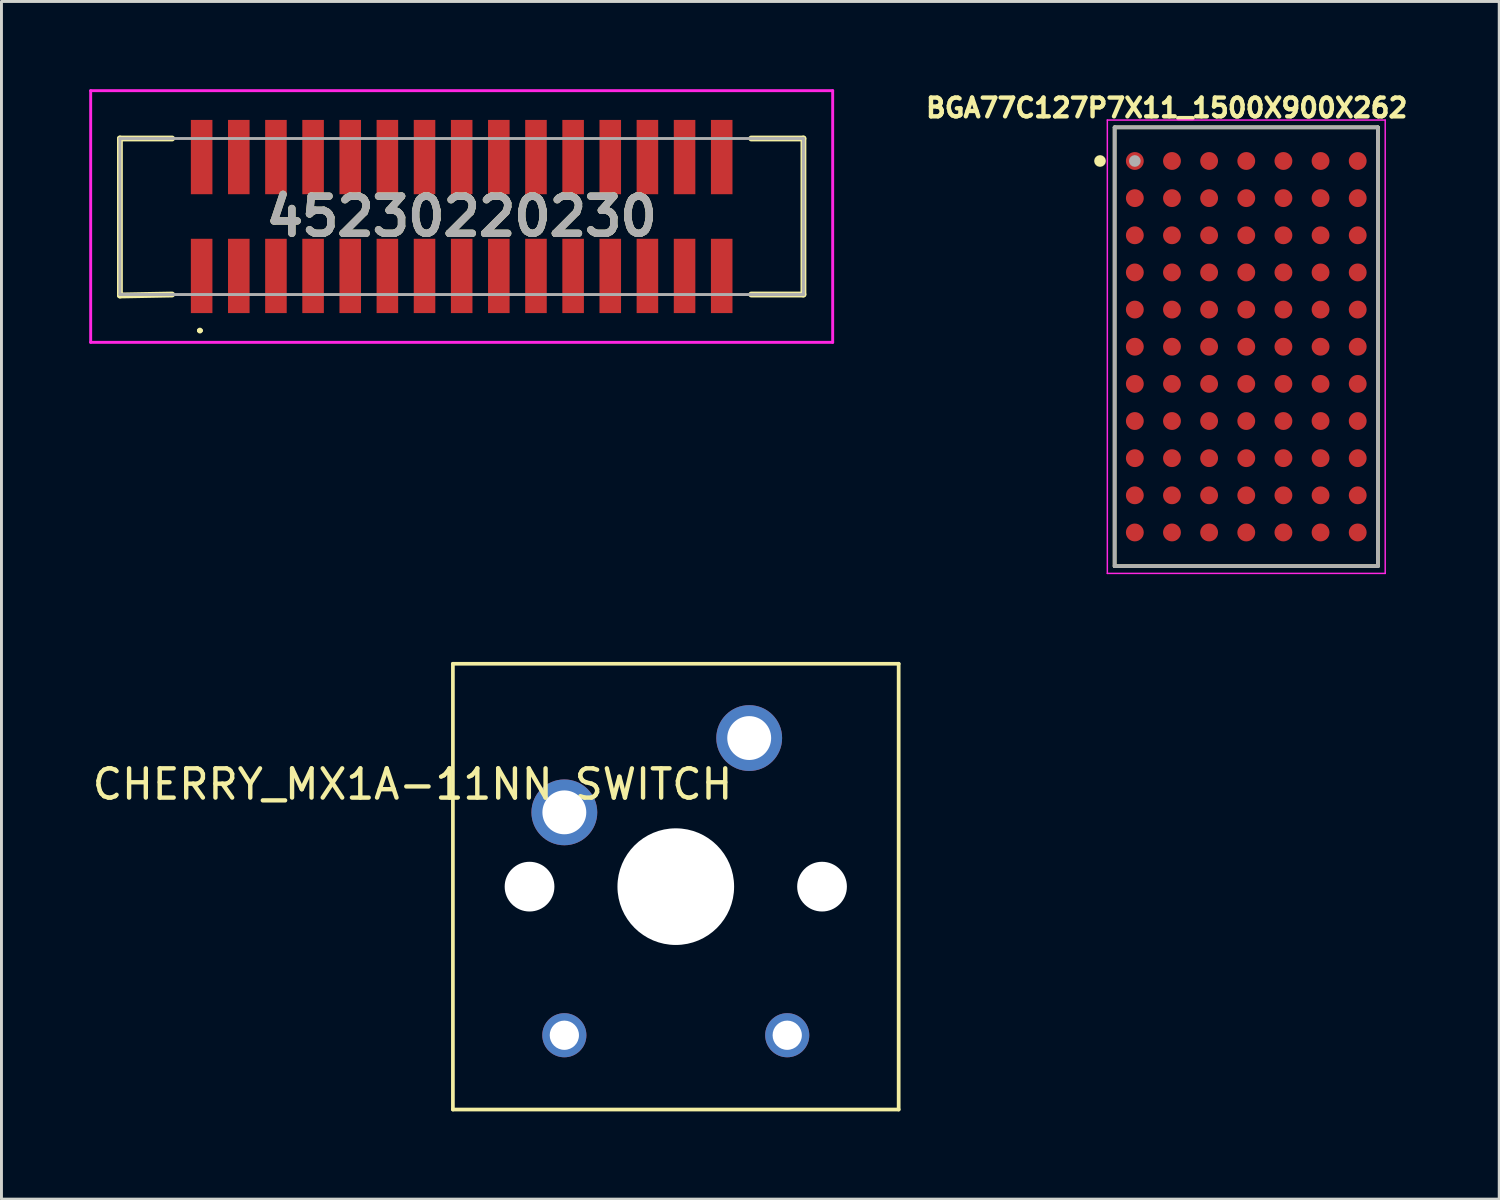
<source format=kicad_pcb>
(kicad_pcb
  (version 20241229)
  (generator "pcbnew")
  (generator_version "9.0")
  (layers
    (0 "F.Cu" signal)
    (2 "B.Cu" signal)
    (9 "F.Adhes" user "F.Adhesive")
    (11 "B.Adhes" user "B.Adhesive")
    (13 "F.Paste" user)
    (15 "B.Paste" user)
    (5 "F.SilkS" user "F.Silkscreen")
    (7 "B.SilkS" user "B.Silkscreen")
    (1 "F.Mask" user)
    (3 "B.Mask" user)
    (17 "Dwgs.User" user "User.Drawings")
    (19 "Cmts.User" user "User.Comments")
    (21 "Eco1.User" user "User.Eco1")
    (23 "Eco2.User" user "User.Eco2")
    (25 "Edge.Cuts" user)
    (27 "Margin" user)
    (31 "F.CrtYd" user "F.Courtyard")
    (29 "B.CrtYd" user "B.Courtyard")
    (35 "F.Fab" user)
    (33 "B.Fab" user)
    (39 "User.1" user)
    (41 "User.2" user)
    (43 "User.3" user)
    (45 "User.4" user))
  (footprint "BGA77C127P7X11_1500X900X262"
    (layer "F.Cu")
    (at 39.558 8.804)
    (property "Reference" "BGA77C127P7X11_1500X900X262" (at -2.721 -8.166 0) (layer "F.SilkS") (effects (font (size 0.641 0.641) (thickness 0.15))))
    (attr smd)
    (fp_line (start -4.5 -7.5) (end -4.5 7.5) (stroke (width 0.127) (type solid)) (layer "F.SilkS"))
    (fp_line (start -4.5 7.5) (end 4.5 7.5) (stroke (width 0.127) (type solid)) (layer "F.SilkS"))
    (fp_line (start 4.5 -7.5) (end -4.5 -7.5) (stroke (width 0.127) (type solid)) (layer "F.SilkS"))
    (fp_line (start 4.5 7.5) (end 4.5 -7.5) (stroke (width 0.127) (type solid)) (layer "F.SilkS"))
    (fp_circle (center -5 -6.35) (end -4.9 -6.35) (stroke (width 0.2) (type solid)) (fill no) (layer "F.SilkS"))
    (fp_line (start -4.75 -7.75) (end 4.75 -7.75) (stroke (width 0.05) (type solid)) (layer "F.CrtYd"))
    (fp_line (start -4.75 7.75) (end -4.75 -7.75) (stroke (width 0.05) (type solid)) (layer "F.CrtYd"))
    (fp_line (start 4.75 -7.75) (end 4.75 7.75) (stroke (width 0.05) (type solid)) (layer "F.CrtYd"))
    (fp_line (start 4.75 7.75) (end -4.75 7.75) (stroke (width 0.05) (type solid)) (layer "F.CrtYd"))
    (fp_line (start -4.5 -7.5) (end 4.5 -7.5) (stroke (width 0.127) (type solid)) (layer "F.Fab"))
    (fp_line (start -4.5 7.5) (end -4.5 -7.5) (stroke (width 0.127) (type solid)) (layer "F.Fab"))
    (fp_line (start 4.5 -7.5) (end 4.5 7.5) (stroke (width 0.127) (type solid)) (layer "F.Fab"))
    (fp_line (start 4.5 7.5) (end -4.5 7.5) (stroke (width 0.127) (type solid)) (layer "F.Fab"))
    (fp_circle (center -3.81 -6.35) (end -3.71 -6.35) (stroke (width 0.2) (type solid)) (fill no) (layer "F.Fab"))
    (pad "A1" smd circle (at -3.81 -6.35) (size 0.61 0.61) (layers "F.Cu" "F.Mask" "F.Paste"))
    (pad "A2" smd circle (at -2.54 -6.35) (size 0.61 0.61) (layers "F.Cu" "F.Mask" "F.Paste"))
    (pad "A3" smd circle (at -1.27 -6.35) (size 0.61 0.61) (layers "F.Cu" "F.Mask" "F.Paste"))
    (pad "A4" smd circle (at 0 -6.35) (size 0.61 0.61) (layers "F.Cu" "F.Mask" "F.Paste"))
    (pad "A5" smd circle (at 1.27 -6.35) (size 0.61 0.61) (layers "F.Cu" "F.Mask" "F.Paste"))
    (pad "A6" smd circle (at 2.54 -6.35) (size 0.61 0.61) (layers "F.Cu" "F.Mask" "F.Paste"))
    (pad "A7" smd circle (at 3.81 -6.35) (size 0.61 0.61) (layers "F.Cu" "F.Mask" "F.Paste"))
    (pad "B1" smd circle (at -3.81 -5.08) (size 0.61 0.61) (layers "F.Cu" "F.Mask" "F.Paste"))
    (pad "B2" smd circle (at -2.54 -5.08) (size 0.61 0.61) (layers "F.Cu" "F.Mask" "F.Paste"))
    (pad "B3" smd circle (at -1.27 -5.08) (size 0.61 0.61) (layers "F.Cu" "F.Mask" "F.Paste"))
    (pad "B4" smd circle (at 0 -5.08) (size 0.61 0.61) (layers "F.Cu" "F.Mask" "F.Paste"))
    (pad "B5" smd circle (at 1.27 -5.08) (size 0.61 0.61) (layers "F.Cu" "F.Mask" "F.Paste"))
    (pad "B6" smd circle (at 2.54 -5.08) (size 0.61 0.61) (layers "F.Cu" "F.Mask" "F.Paste"))
    (pad "B7" smd circle (at 3.81 -5.08) (size 0.61 0.61) (layers "F.Cu" "F.Mask" "F.Paste"))
    (pad "C1" smd circle (at -3.81 -3.81) (size 0.61 0.61) (layers "F.Cu" "F.Mask" "F.Paste"))
    (pad "C2" smd circle (at -2.54 -3.81) (size 0.61 0.61) (layers "F.Cu" "F.Mask" "F.Paste"))
    (pad "C3" smd circle (at -1.27 -3.81) (size 0.61 0.61) (layers "F.Cu" "F.Mask" "F.Paste"))
    (pad "C4" smd circle (at 0 -3.81) (size 0.61 0.61) (layers "F.Cu" "F.Mask" "F.Paste"))
    (pad "C5" smd circle (at 1.27 -3.81) (size 0.61 0.61) (layers "F.Cu" "F.Mask" "F.Paste"))
    (pad "C6" smd circle (at 2.54 -3.81) (size 0.61 0.61) (layers "F.Cu" "F.Mask" "F.Paste"))
    (pad "C7" smd circle (at 3.81 -3.81) (size 0.61 0.61) (layers "F.Cu" "F.Mask" "F.Paste"))
    (pad "D1" smd circle (at -3.81 -2.54) (size 0.61 0.61) (layers "F.Cu" "F.Mask" "F.Paste"))
    (pad "D2" smd circle (at -2.54 -2.54) (size 0.61 0.61) (layers "F.Cu" "F.Mask" "F.Paste"))
    (pad "D3" smd circle (at -1.27 -2.54) (size 0.61 0.61) (layers "F.Cu" "F.Mask" "F.Paste"))
    (pad "D4" smd circle (at 0 -2.54) (size 0.61 0.61) (layers "F.Cu" "F.Mask" "F.Paste"))
    (pad "D5" smd circle (at 1.27 -2.54) (size 0.61 0.61) (layers "F.Cu" "F.Mask" "F.Paste"))
    (pad "D6" smd circle (at 2.54 -2.54) (size 0.61 0.61) (layers "F.Cu" "F.Mask" "F.Paste"))
    (pad "D7" smd circle (at 3.81 -2.54) (size 0.61 0.61) (layers "F.Cu" "F.Mask" "F.Paste"))
    (pad "E1" smd circle (at -3.81 -1.27) (size 0.61 0.61) (layers "F.Cu" "F.Mask" "F.Paste"))
    (pad "E2" smd circle (at -2.54 -1.27) (size 0.61 0.61) (layers "F.Cu" "F.Mask" "F.Paste"))
    (pad "E3" smd circle (at -1.27 -1.27) (size 0.61 0.61) (layers "F.Cu" "F.Mask" "F.Paste"))
    (pad "E4" smd circle (at 0 -1.27) (size 0.61 0.61) (layers "F.Cu" "F.Mask" "F.Paste"))
    (pad "E5" smd circle (at 1.27 -1.27) (size 0.61 0.61) (layers "F.Cu" "F.Mask" "F.Paste"))
    (pad "E6" smd circle (at 2.54 -1.27) (size 0.61 0.61) (layers "F.Cu" "F.Mask" "F.Paste"))
    (pad "E7" smd circle (at 3.81 -1.27) (size 0.61 0.61) (layers "F.Cu" "F.Mask" "F.Paste"))
    (pad "F1" smd circle (at -3.81 0) (size 0.61 0.61) (layers "F.Cu" "F.Mask" "F.Paste"))
    (pad "F2" smd circle (at -2.54 0) (size 0.61 0.61) (layers "F.Cu" "F.Mask" "F.Paste"))
    (pad "F3" smd circle (at -1.27 0) (size 0.61 0.61) (layers "F.Cu" "F.Mask" "F.Paste"))
    (pad "F4" smd circle (at 0 0) (size 0.61 0.61) (layers "F.Cu" "F.Mask" "F.Paste"))
    (pad "F5" smd circle (at 1.27 0) (size 0.61 0.61) (layers "F.Cu" "F.Mask" "F.Paste"))
    (pad "F6" smd circle (at 2.54 0) (size 0.61 0.61) (layers "F.Cu" "F.Mask" "F.Paste"))
    (pad "F7" smd circle (at 3.81 0) (size 0.61 0.61) (layers "F.Cu" "F.Mask" "F.Paste"))
    (pad "G1" smd circle (at -3.81 1.27) (size 0.61 0.61) (layers "F.Cu" "F.Mask" "F.Paste"))
    (pad "G2" smd circle (at -2.54 1.27) (size 0.61 0.61) (layers "F.Cu" "F.Mask" "F.Paste"))
    (pad "G3" smd circle (at -1.27 1.27) (size 0.61 0.61) (layers "F.Cu" "F.Mask" "F.Paste"))
    (pad "G4" smd circle (at 0 1.27) (size 0.61 0.61) (layers "F.Cu" "F.Mask" "F.Paste"))
    (pad "G5" smd circle (at 1.27 1.27) (size 0.61 0.61) (layers "F.Cu" "F.Mask" "F.Paste"))
    (pad "G6" smd circle (at 2.54 1.27) (size 0.61 0.61) (layers "F.Cu" "F.Mask" "F.Paste"))
    (pad "G7" smd circle (at 3.81 1.27) (size 0.61 0.61) (layers "F.Cu" "F.Mask" "F.Paste"))
    (pad "H1" smd circle (at -3.81 2.54) (size 0.61 0.61) (layers "F.Cu" "F.Mask" "F.Paste"))
    (pad "H2" smd circle (at -2.54 2.54) (size 0.61 0.61) (layers "F.Cu" "F.Mask" "F.Paste"))
    (pad "H3" smd circle (at -1.27 2.54) (size 0.61 0.61) (layers "F.Cu" "F.Mask" "F.Paste"))
    (pad "H4" smd circle (at 0 2.54) (size 0.61 0.61) (layers "F.Cu" "F.Mask" "F.Paste"))
    (pad "H5" smd circle (at 1.27 2.54) (size 0.61 0.61) (layers "F.Cu" "F.Mask" "F.Paste"))
    (pad "H6" smd circle (at 2.54 2.54) (size 0.61 0.61) (layers "F.Cu" "F.Mask" "F.Paste"))
    (pad "H7" smd circle (at 3.81 2.54) (size 0.61 0.61) (layers "F.Cu" "F.Mask" "F.Paste"))
    (pad "J1" smd circle (at -3.81 3.81) (size 0.61 0.61) (layers "F.Cu" "F.Mask" "F.Paste"))
    (pad "J2" smd circle (at -2.54 3.81) (size 0.61 0.61) (layers "F.Cu" "F.Mask" "F.Paste"))
    (pad "J3" smd circle (at -1.27 3.81) (size 0.61 0.61) (layers "F.Cu" "F.Mask" "F.Paste"))
    (pad "J4" smd circle (at 0 3.81) (size 0.61 0.61) (layers "F.Cu" "F.Mask" "F.Paste"))
    (pad "J5" smd circle (at 1.27 3.81) (size 0.61 0.61) (layers "F.Cu" "F.Mask" "F.Paste"))
    (pad "J6" smd circle (at 2.54 3.81) (size 0.61 0.61) (layers "F.Cu" "F.Mask" "F.Paste"))
    (pad "J7" smd circle (at 3.81 3.81) (size 0.61 0.61) (layers "F.Cu" "F.Mask" "F.Paste"))
    (pad "K1" smd circle (at -3.81 5.08) (size 0.61 0.61) (layers "F.Cu" "F.Mask" "F.Paste"))
    (pad "K2" smd circle (at -2.54 5.08) (size 0.61 0.61) (layers "F.Cu" "F.Mask" "F.Paste"))
    (pad "K3" smd circle (at -1.27 5.08) (size 0.61 0.61) (layers "F.Cu" "F.Mask" "F.Paste"))
    (pad "K4" smd circle (at 0 5.08) (size 0.61 0.61) (layers "F.Cu" "F.Mask" "F.Paste"))
    (pad "K5" smd circle (at 1.27 5.08) (size 0.61 0.61) (layers "F.Cu" "F.Mask" "F.Paste"))
    (pad "K6" smd circle (at 2.54 5.08) (size 0.61 0.61) (layers "F.Cu" "F.Mask" "F.Paste"))
    (pad "K7" smd circle (at 3.81 5.08) (size 0.61 0.61) (layers "F.Cu" "F.Mask" "F.Paste"))
    (pad "L1" smd circle (at -3.81 6.35) (size 0.61 0.61) (layers "F.Cu" "F.Mask" "F.Paste"))
    (pad "L2" smd circle (at -2.54 6.35) (size 0.61 0.61) (layers "F.Cu" "F.Mask" "F.Paste"))
    (pad "L3" smd circle (at -1.27 6.35) (size 0.61 0.61) (layers "F.Cu" "F.Mask" "F.Paste"))
    (pad "L4" smd circle (at 0 6.35) (size 0.61 0.61) (layers "F.Cu" "F.Mask" "F.Paste"))
    (pad "L5" smd circle (at 1.27 6.35) (size 0.61 0.61) (layers "F.Cu" "F.Mask" "F.Paste"))
    (pad "L6" smd circle (at 2.54 6.35) (size 0.61 0.61) (layers "F.Cu" "F.Mask" "F.Paste"))
    (pad "L7" smd circle (at 3.81 6.35) (size 0.61 0.61) (layers "F.Cu" "F.Mask" "F.Paste")))
  (footprint "CHERRY_MX1A-11NN_SWITCH"
    (layer "F.Cu")
    (at 20.054 27.263)
    (property "Reference" "CHERRY_MX1A-11NN_SWITCH" (at -9 -3.5 0) (layer "F.SilkS") (effects (font (size 1 1) (thickness 0.15))))
    (attr through_hole)
    (fp_line (start -7.62 -7.62) (end 7.62 -7.62) (stroke (width 0.127) (type solid)) (layer "F.SilkS"))
    (fp_line (start -7.62 7.62) (end -7.62 -7.62) (stroke (width 0.127) (type solid)) (layer "F.SilkS"))
    (fp_line (start 7.62 -7.62) (end 7.62 7.62) (stroke (width 0.127) (type solid)) (layer "F.SilkS"))
    (fp_line (start 7.62 7.62) (end -7.62 7.62) (stroke (width 0.127) (type solid)) (layer "F.SilkS"))
    (pad "" np_thru_hole circle (at -5 0) (size 1.7 1.7) (drill 1.7) (layers "*.Cu" "*.Mask"))
    (pad "" np_thru_hole circle (at 0 0) (size 3.988 3.988) (drill 3.988) (layers "*.Cu" "*.Mask"))
    (pad "" np_thru_hole circle (at 5 0) (size 1.7 1.7) (drill 1.7) (layers "*.Cu" "*.Mask"))
    (pad "BR1" thru_hole circle (at -3.81 5.08) (size 1.508 1.508) (drill 1) (layers "*.Cu" "*.Mask"))
    (pad "BR2" thru_hole circle (at 3.81 5.08) (size 1.508 1.508) (drill 1) (layers "*.Cu" "*.Mask"))
    (pad "P$1" thru_hole circle (at 2.51 -5.08) (size 2.25 2.25) (drill 1.5) (layers "*.Cu" "*.Mask"))
    (pad "P$2" thru_hole circle (at -3.81 -2.54) (size 2.25 2.25) (drill 1.5) (layers "*.Cu" "*.Mask")))
  (footprint "45230220230"
    (layer "F.Cu")
    (at 12.734 4.352)
    (property "Reference" "45230220230" (at 0 0 0) (layer "F.SilkS") (effects (font (size 1.27 1.27) (thickness 0.254))))
    (attr smd)
    (fp_line (start -11.684 -2.667) (end -9.9 -2.667) (stroke (width 0.2) (type solid)) (layer "F.SilkS"))
    (fp_line (start -11.684 2.7) (end -11.684 -2.667) (stroke (width 0.2) (type solid)) (layer "F.SilkS"))
    (fp_line (start -9.9 2.667) (end -11.684 2.7) (stroke (width 0.2) (type solid)) (layer "F.SilkS"))
    (fp_line (start -9 3.9) (end -9 3.9) (stroke (width 0.1) (type solid)) (layer "F.SilkS"))
    (fp_line (start -8.9 3.9) (end -8.9 3.9) (stroke (width 0.1) (type solid)) (layer "F.SilkS"))
    (fp_line (start 9.9 2.667) (end 11.684 2.667) (stroke (width 0.2) (type solid)) (layer "F.SilkS"))
    (fp_line (start 11.684 -2.667) (end 9.9 -2.667) (stroke (width 0.2) (type solid)) (layer "F.SilkS"))
    (fp_line (start 11.684 2.667) (end 11.684 -2.667) (stroke (width 0.2) (type solid)) (layer "F.SilkS"))
    (fp_arc (start -9 3.9) (mid -8.95 3.85) (end -8.9 3.9) (stroke (width 0.1) (type solid)) (layer "F.SilkS"))
    (fp_arc (start -8.9 3.9) (mid -8.95 3.95) (end -9 3.9) (stroke (width 0.1) (type solid)) (layer "F.SilkS"))
    (fp_line (start -12.684 -4.302) (end 12.684 -4.302) (stroke (width 0.1) (type solid)) (layer "F.CrtYd"))
    (fp_line (start -12.684 4.302) (end -12.684 -4.302) (stroke (width 0.1) (type solid)) (layer "F.CrtYd"))
    (fp_line (start 12.684 -4.302) (end 12.684 4.302) (stroke (width 0.1) (type solid)) (layer "F.CrtYd"))
    (fp_line (start 12.684 4.302) (end -12.684 4.302) (stroke (width 0.1) (type solid)) (layer "F.CrtYd"))
    (fp_line (start -11.684 -2.667) (end 11.684 -2.667) (stroke (width 0.1) (type solid)) (layer "F.Fab"))
    (fp_line (start -11.684 2.667) (end -11.684 -2.667) (stroke (width 0.1) (type solid)) (layer "F.Fab"))
    (fp_line (start 11.684 -2.667) (end 11.684 2.667) (stroke (width 0.1) (type solid)) (layer "F.Fab"))
    (fp_line (start 11.684 2.667) (end -11.684 2.667) (stroke (width 0.1) (type solid)) (layer "F.Fab"))
    (fp_text user "${REFERENCE}" (at 0 0 0) (layer "F.Fab") (effects (font (size 1.27 1.27) (thickness 0.254))))
    (pad "1" smd rect (at -8.89 2.032) (size 0.737 2.54) (layers "F.Cu" "F.Mask" "F.Paste"))
    (pad "2" smd rect (at -8.89 -2.032) (size 0.737 2.54) (layers "F.Cu" "F.Mask" "F.Paste"))
    (pad "3" smd rect (at -7.62 2.032) (size 0.737 2.54) (layers "F.Cu" "F.Mask" "F.Paste"))
    (pad "4" smd rect (at -7.62 -2.032) (size 0.737 2.54) (layers "F.Cu" "F.Mask" "F.Paste"))
    (pad "5" smd rect (at -6.35 2.032) (size 0.737 2.54) (layers "F.Cu" "F.Mask" "F.Paste"))
    (pad "6" smd rect (at -6.35 -2.032) (size 0.737 2.54) (layers "F.Cu" "F.Mask" "F.Paste"))
    (pad "7" smd rect (at -5.08 2.032) (size 0.737 2.54) (layers "F.Cu" "F.Mask" "F.Paste"))
    (pad "8" smd rect (at -5.08 -2.032) (size 0.737 2.54) (layers "F.Cu" "F.Mask" "F.Paste"))
    (pad "9" smd rect (at -3.81 2.032) (size 0.737 2.54) (layers "F.Cu" "F.Mask" "F.Paste"))
    (pad "10" smd rect (at -3.81 -2.032) (size 0.737 2.54) (layers "F.Cu" "F.Mask" "F.Paste"))
    (pad "11" smd rect (at -2.54 2.032) (size 0.737 2.54) (layers "F.Cu" "F.Mask" "F.Paste"))
    (pad "12" smd rect (at -2.54 -2.032) (size 0.737 2.54) (layers "F.Cu" "F.Mask" "F.Paste"))
    (pad "13" smd rect (at -1.27 2.032) (size 0.737 2.54) (layers "F.Cu" "F.Mask" "F.Paste"))
    (pad "14" smd rect (at -1.27 -2.032) (size 0.737 2.54) (layers "F.Cu" "F.Mask" "F.Paste"))
    (pad "15" smd rect (at 0 2.032) (size 0.737 2.54) (layers "F.Cu" "F.Mask" "F.Paste"))
    (pad "16" smd rect (at 0 -2.032) (size 0.737 2.54) (layers "F.Cu" "F.Mask" "F.Paste"))
    (pad "17" smd rect (at 1.27 2.032) (size 0.737 2.54) (layers "F.Cu" "F.Mask" "F.Paste"))
    (pad "18" smd rect (at 1.27 -2.032) (size 0.737 2.54) (layers "F.Cu" "F.Mask" "F.Paste"))
    (pad "19" smd rect (at 2.54 2.032) (size 0.737 2.54) (layers "F.Cu" "F.Mask" "F.Paste"))
    (pad "20" smd rect (at 2.54 -2.032) (size 0.737 2.54) (layers "F.Cu" "F.Mask" "F.Paste"))
    (pad "21" smd rect (at 3.81 2.032) (size 0.737 2.54) (layers "F.Cu" "F.Mask" "F.Paste"))
    (pad "22" smd rect (at 3.81 -2.032) (size 0.737 2.54) (layers "F.Cu" "F.Mask" "F.Paste"))
    (pad "23" smd rect (at 5.08 2.032) (size 0.737 2.54) (layers "F.Cu" "F.Mask" "F.Paste"))
    (pad "24" smd rect (at 5.08 -2.032) (size 0.737 2.54) (layers "F.Cu" "F.Mask" "F.Paste"))
    (pad "25" smd rect (at 6.35 2.032) (size 0.737 2.54) (layers "F.Cu" "F.Mask" "F.Paste"))
    (pad "26" smd rect (at 6.35 -2.032) (size 0.737 2.54) (layers "F.Cu" "F.Mask" "F.Paste"))
    (pad "27" smd rect (at 7.62 2.032) (size 0.737 2.54) (layers "F.Cu" "F.Mask" "F.Paste"))
    (pad "28" smd rect (at 7.62 -2.032) (size 0.737 2.54) (layers "F.Cu" "F.Mask" "F.Paste"))
    (pad "29" smd rect (at 8.89 2.032) (size 0.737 2.54) (layers "F.Cu" "F.Mask" "F.Paste"))
    (pad "30" smd rect (at 8.89 -2.032) (size 0.737 2.54) (layers "F.Cu" "F.Mask" "F.Paste")))
  (gr_rect
    (start -3 -3)
    (end 48.206 37.946)
    (stroke (width 0.1) (type default))
    (fill no)
    (layer "Edge.Cuts")))
</source>
